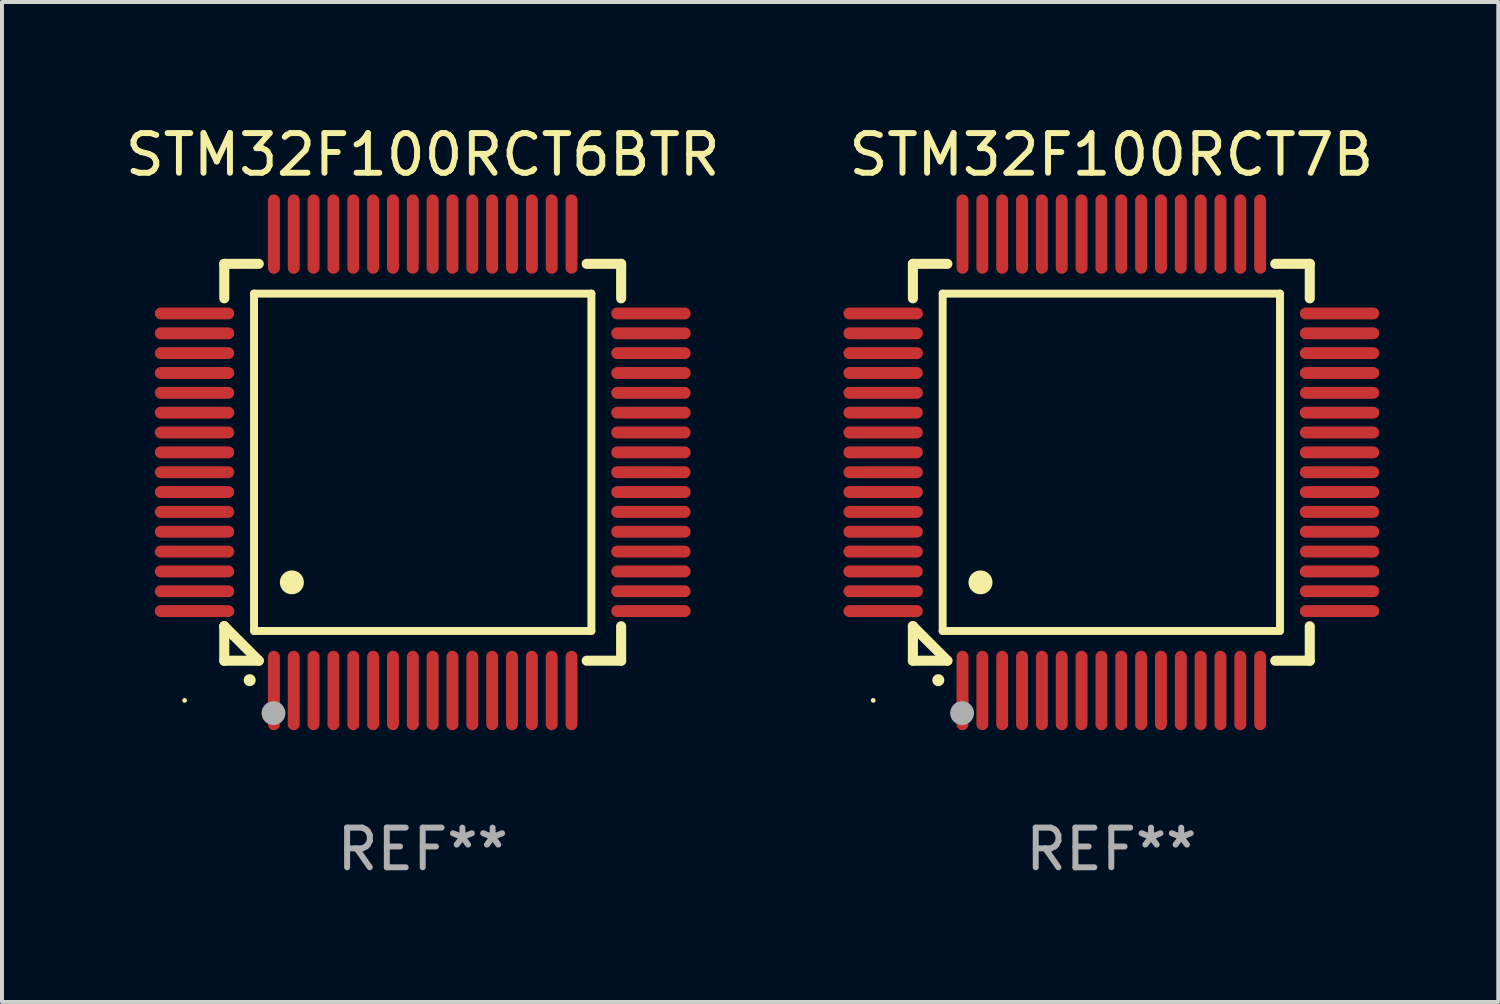
<source format=kicad_pcb>
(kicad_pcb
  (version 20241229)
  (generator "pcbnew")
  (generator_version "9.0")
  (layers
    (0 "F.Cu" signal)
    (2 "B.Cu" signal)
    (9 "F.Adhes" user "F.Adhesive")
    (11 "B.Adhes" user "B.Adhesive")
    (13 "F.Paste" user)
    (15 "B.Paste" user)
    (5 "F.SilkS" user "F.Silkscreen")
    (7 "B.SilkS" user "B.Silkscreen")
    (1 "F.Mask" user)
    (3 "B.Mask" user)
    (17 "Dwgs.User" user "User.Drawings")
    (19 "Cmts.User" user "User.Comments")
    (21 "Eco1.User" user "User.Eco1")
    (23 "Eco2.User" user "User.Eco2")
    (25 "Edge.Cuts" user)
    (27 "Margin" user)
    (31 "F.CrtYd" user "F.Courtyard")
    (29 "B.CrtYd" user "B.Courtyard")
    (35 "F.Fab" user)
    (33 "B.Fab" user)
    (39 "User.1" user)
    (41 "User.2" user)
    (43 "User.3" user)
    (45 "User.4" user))
  (footprint "STM32F100RCT7B"
    (layer "F.Cu")
    (at 24.952 8.598)
    (property "Reference" "STM32F100RCT7B" (at 0 -7.75 0) (layer "F.SilkS") (effects (font (size 1 1) (thickness 0.15))))
    (attr through_hole)
    (fp_line (start -5 -5) (end -4.131 -5) (stroke (width 0.254) (type solid)) (layer "F.SilkS"))
    (fp_line (start -5 -4.131) (end -5 -5) (stroke (width 0.254) (type solid)) (layer "F.SilkS"))
    (fp_line (start -5 4.131) (end -5 4.131) (stroke (width 0.254) (type solid)) (layer "F.SilkS"))
    (fp_line (start -5 5) (end -5 4.131) (stroke (width 0.254) (type solid)) (layer "F.SilkS"))
    (fp_line (start -5 4.131) (end -4.131 5) (stroke (width 0.254) (type solid)) (layer "F.SilkS"))
    (fp_line (start -4.25 -4.25) (end -4.25 4.25) (stroke (width 0.2) (type solid)) (layer "F.SilkS"))
    (fp_line (start -4.25 4.25) (end 4.25 4.25) (stroke (width 0.2) (type solid)) (layer "F.SilkS"))
    (fp_line (start -4.131 5) (end -5 5) (stroke (width 0.254) (type solid)) (layer "F.SilkS"))
    (fp_line (start 4.25 -4.25) (end -4.25 -4.25) (stroke (width 0.2) (type solid)) (layer "F.SilkS"))
    (fp_line (start 4.25 4.25) (end 4.25 -4.25) (stroke (width 0.2) (type solid)) (layer "F.SilkS"))
    (fp_line (start 5 -5) (end 4.131 -5) (stroke (width 0.254) (type solid)) (layer "F.SilkS"))
    (fp_line (start 5 -5) (end 5 -4.131) (stroke (width 0.254) (type solid)) (layer "F.SilkS"))
    (fp_line (start 5 4.131) (end 5 5) (stroke (width 0.254) (type solid)) (layer "F.SilkS"))
    (fp_line (start 5 5) (end 4.131 5) (stroke (width 0.254) (type solid)) (layer "F.SilkS"))
    (fp_arc (start -4.361265 5.489992) (mid -4.359995 5.489987) (end -4.358725 5.489992) (stroke (width 0.3) (type solid)) (layer "F.SilkS"))
    (fp_arc (start -3.299467 3.025146) (mid -3.296927 3.025135) (end -3.294387 3.025146) (stroke (width 0.6) (type solid)) (layer "F.SilkS"))
    (fp_circle (center -6 6) (end -5.97 6) (stroke (width 0.06) (type solid)) (fill no) (layer "F.SilkS"))
    (fp_circle (center -3.76 6.32) (end -3.61 6.32) (stroke (width 0.3) (type solid)) (fill no) (layer "F.Fab"))
    (fp_text user "REF**" (at 0 9.75 0) (layer "F.Fab") (effects (font (size 1 1) (thickness 0.15))))
    (pad "1" smd oval (at -3.75 5.75) (size 0.3 2) (layers "F.Cu" "F.Mask" "F.Paste"))
    (pad "2" smd oval (at -3.25 5.75) (size 0.3 2) (layers "F.Cu" "F.Mask" "F.Paste"))
    (pad "3" smd oval (at -2.75 5.75) (size 0.3 2) (layers "F.Cu" "F.Mask" "F.Paste"))
    (pad "4" smd oval (at -2.25 5.75) (size 0.3 2) (layers "F.Cu" "F.Mask" "F.Paste"))
    (pad "5" smd oval (at -1.75 5.75) (size 0.3 2) (layers "F.Cu" "F.Mask" "F.Paste"))
    (pad "6" smd oval (at -1.25 5.75) (size 0.3 2) (layers "F.Cu" "F.Mask" "F.Paste"))
    (pad "7" smd oval (at -0.75 5.75) (size 0.3 2) (layers "F.Cu" "F.Mask" "F.Paste"))
    (pad "8" smd oval (at -0.25 5.75) (size 0.3 2) (layers "F.Cu" "F.Mask" "F.Paste"))
    (pad "9" smd oval (at 0.25 5.75) (size 0.3 2) (layers "F.Cu" "F.Mask" "F.Paste"))
    (pad "10" smd oval (at 0.75 5.75) (size 0.3 2) (layers "F.Cu" "F.Mask" "F.Paste"))
    (pad "11" smd oval (at 1.25 5.75) (size 0.3 2) (layers "F.Cu" "F.Mask" "F.Paste"))
    (pad "12" smd oval (at 1.75 5.75) (size 0.3 2) (layers "F.Cu" "F.Mask" "F.Paste"))
    (pad "13" smd oval (at 2.25 5.75) (size 0.3 2) (layers "F.Cu" "F.Mask" "F.Paste"))
    (pad "14" smd oval (at 2.75 5.75) (size 0.3 2) (layers "F.Cu" "F.Mask" "F.Paste"))
    (pad "15" smd oval (at 3.25 5.75) (size 0.3 2) (layers "F.Cu" "F.Mask" "F.Paste"))
    (pad "16" smd oval (at 3.75 5.75) (size 0.3 2) (layers "F.Cu" "F.Mask" "F.Paste"))
    (pad "17" smd oval (at 5.75 3.75) (size 2 0.3) (layers "F.Cu" "F.Mask" "F.Paste"))
    (pad "18" smd oval (at 5.75 3.25) (size 2 0.3) (layers "F.Cu" "F.Mask" "F.Paste"))
    (pad "19" smd oval (at 5.75 2.75) (size 2 0.3) (layers "F.Cu" "F.Mask" "F.Paste"))
    (pad "20" smd oval (at 5.75 2.25) (size 2 0.3) (layers "F.Cu" "F.Mask" "F.Paste"))
    (pad "21" smd oval (at 5.75 1.75) (size 2 0.3) (layers "F.Cu" "F.Mask" "F.Paste"))
    (pad "22" smd oval (at 5.75 1.25) (size 2 0.3) (layers "F.Cu" "F.Mask" "F.Paste"))
    (pad "23" smd oval (at 5.75 0.75) (size 2 0.3) (layers "F.Cu" "F.Mask" "F.Paste"))
    (pad "24" smd oval (at 5.75 0.25) (size 2 0.3) (layers "F.Cu" "F.Mask" "F.Paste"))
    (pad "25" smd oval (at 5.75 -0.25) (size 2 0.3) (layers "F.Cu" "F.Mask" "F.Paste"))
    (pad "26" smd oval (at 5.75 -0.75) (size 2 0.3) (layers "F.Cu" "F.Mask" "F.Paste"))
    (pad "27" smd oval (at 5.75 -1.25) (size 2 0.3) (layers "F.Cu" "F.Mask" "F.Paste"))
    (pad "28" smd oval (at 5.75 -1.75) (size 2 0.3) (layers "F.Cu" "F.Mask" "F.Paste"))
    (pad "29" smd oval (at 5.75 -2.25) (size 2 0.3) (layers "F.Cu" "F.Mask" "F.Paste"))
    (pad "30" smd oval (at 5.75 -2.75) (size 2 0.3) (layers "F.Cu" "F.Mask" "F.Paste"))
    (pad "31" smd oval (at 5.75 -3.25) (size 2 0.3) (layers "F.Cu" "F.Mask" "F.Paste"))
    (pad "32" smd oval (at 5.75 -3.75) (size 2 0.3) (layers "F.Cu" "F.Mask" "F.Paste"))
    (pad "33" smd oval (at 3.75 -5.75) (size 0.3 2) (layers "F.Cu" "F.Mask" "F.Paste"))
    (pad "34" smd oval (at 3.25 -5.75) (size 0.3 2) (layers "F.Cu" "F.Mask" "F.Paste"))
    (pad "35" smd oval (at 2.75 -5.75) (size 0.3 2) (layers "F.Cu" "F.Mask" "F.Paste"))
    (pad "36" smd oval (at 2.25 -5.75) (size 0.3 2) (layers "F.Cu" "F.Mask" "F.Paste"))
    (pad "37" smd oval (at 1.75 -5.75) (size 0.3 2) (layers "F.Cu" "F.Mask" "F.Paste"))
    (pad "38" smd oval (at 1.25 -5.75) (size 0.3 2) (layers "F.Cu" "F.Mask" "F.Paste"))
    (pad "39" smd oval (at 0.75 -5.75) (size 0.3 2) (layers "F.Cu" "F.Mask" "F.Paste"))
    (pad "40" smd oval (at 0.25 -5.75) (size 0.3 2) (layers "F.Cu" "F.Mask" "F.Paste"))
    (pad "41" smd oval (at -0.25 -5.75) (size 0.3 2) (layers "F.Cu" "F.Mask" "F.Paste"))
    (pad "42" smd oval (at -0.75 -5.75) (size 0.3 2) (layers "F.Cu" "F.Mask" "F.Paste"))
    (pad "43" smd oval (at -1.25 -5.75) (size 0.3 2) (layers "F.Cu" "F.Mask" "F.Paste"))
    (pad "44" smd oval (at -1.75 -5.75) (size 0.3 2) (layers "F.Cu" "F.Mask" "F.Paste"))
    (pad "45" smd oval (at -2.25 -5.75) (size 0.3 2) (layers "F.Cu" "F.Mask" "F.Paste"))
    (pad "46" smd oval (at -2.75 -5.75) (size 0.3 2) (layers "F.Cu" "F.Mask" "F.Paste"))
    (pad "47" smd oval (at -3.25 -5.75) (size 0.3 2) (layers "F.Cu" "F.Mask" "F.Paste"))
    (pad "48" smd oval (at -3.75 -5.75) (size 0.3 2) (layers "F.Cu" "F.Mask" "F.Paste"))
    (pad "49" smd oval (at -5.75 -3.75) (size 2 0.3) (layers "F.Cu" "F.Mask" "F.Paste"))
    (pad "50" smd oval (at -5.75 -3.25) (size 2 0.3) (layers "F.Cu" "F.Mask" "F.Paste"))
    (pad "51" smd oval (at -5.75 -2.75) (size 2 0.3) (layers "F.Cu" "F.Mask" "F.Paste"))
    (pad "52" smd oval (at -5.75 -2.25) (size 2 0.3) (layers "F.Cu" "F.Mask" "F.Paste"))
    (pad "53" smd oval (at -5.75 -1.75) (size 2 0.3) (layers "F.Cu" "F.Mask" "F.Paste"))
    (pad "54" smd oval (at -5.75 -1.25) (size 2 0.3) (layers "F.Cu" "F.Mask" "F.Paste"))
    (pad "55" smd oval (at -5.75 -0.75) (size 2 0.3) (layers "F.Cu" "F.Mask" "F.Paste"))
    (pad "56" smd oval (at -5.75 -0.25) (size 2 0.3) (layers "F.Cu" "F.Mask" "F.Paste"))
    (pad "57" smd oval (at -5.75 0.25) (size 2 0.3) (layers "F.Cu" "F.Mask" "F.Paste"))
    (pad "58" smd oval (at -5.75 0.75) (size 2 0.3) (layers "F.Cu" "F.Mask" "F.Paste"))
    (pad "59" smd oval (at -5.75 1.25) (size 2 0.3) (layers "F.Cu" "F.Mask" "F.Paste"))
    (pad "60" smd oval (at -5.75 1.75) (size 2 0.3) (layers "F.Cu" "F.Mask" "F.Paste"))
    (pad "61" smd oval (at -5.75 2.25) (size 2 0.3) (layers "F.Cu" "F.Mask" "F.Paste"))
    (pad "62" smd oval (at -5.75 2.75) (size 2 0.3) (layers "F.Cu" "F.Mask" "F.Paste"))
    (pad "63" smd oval (at -5.75 3.25) (size 2 0.3) (layers "F.Cu" "F.Mask" "F.Paste"))
    (pad "64" smd oval (at -5.75 3.75) (size 2 0.3) (layers "F.Cu" "F.Mask" "F.Paste")))
  (footprint "STM32F100RCT6BTR"
    (layer "F.Cu")
    (at 7.601 8.598)
    (property "Reference" "STM32F100RCT6BTR" (at 0 -7.75 0) (layer "F.SilkS") (effects (font (size 1 1) (thickness 0.15))))
    (attr through_hole)
    (fp_line (start -5 -5) (end -4.131 -5) (stroke (width 0.254) (type solid)) (layer "F.SilkS"))
    (fp_line (start -5 -4.131) (end -5 -5) (stroke (width 0.254) (type solid)) (layer "F.SilkS"))
    (fp_line (start -5 4.131) (end -5 4.131) (stroke (width 0.254) (type solid)) (layer "F.SilkS"))
    (fp_line (start -5 5) (end -5 4.131) (stroke (width 0.254) (type solid)) (layer "F.SilkS"))
    (fp_line (start -5 4.131) (end -4.131 5) (stroke (width 0.254) (type solid)) (layer "F.SilkS"))
    (fp_line (start -4.25 -4.25) (end -4.25 4.25) (stroke (width 0.2) (type solid)) (layer "F.SilkS"))
    (fp_line (start -4.25 4.25) (end 4.25 4.25) (stroke (width 0.2) (type solid)) (layer "F.SilkS"))
    (fp_line (start -4.131 5) (end -5 5) (stroke (width 0.254) (type solid)) (layer "F.SilkS"))
    (fp_line (start 4.25 -4.25) (end -4.25 -4.25) (stroke (width 0.2) (type solid)) (layer "F.SilkS"))
    (fp_line (start 4.25 4.25) (end 4.25 -4.25) (stroke (width 0.2) (type solid)) (layer "F.SilkS"))
    (fp_line (start 5 -5) (end 4.131 -5) (stroke (width 0.254) (type solid)) (layer "F.SilkS"))
    (fp_line (start 5 -5) (end 5 -4.131) (stroke (width 0.254) (type solid)) (layer "F.SilkS"))
    (fp_line (start 5 4.131) (end 5 5) (stroke (width 0.254) (type solid)) (layer "F.SilkS"))
    (fp_line (start 5 5) (end 4.131 5) (stroke (width 0.254) (type solid)) (layer "F.SilkS"))
    (fp_arc (start -4.361265 5.489992) (mid -4.359995 5.489987) (end -4.358725 5.489992) (stroke (width 0.3) (type solid)) (layer "F.SilkS"))
    (fp_arc (start -3.299467 3.025146) (mid -3.296927 3.025135) (end -3.294387 3.025146) (stroke (width 0.6) (type solid)) (layer "F.SilkS"))
    (fp_circle (center -6 6) (end -5.97 6) (stroke (width 0.06) (type solid)) (fill no) (layer "F.SilkS"))
    (fp_circle (center -3.76 6.32) (end -3.61 6.32) (stroke (width 0.3) (type solid)) (fill no) (layer "F.Fab"))
    (fp_text user "REF**" (at 0 9.75 0) (layer "F.Fab") (effects (font (size 1 1) (thickness 0.15))))
    (pad "1" smd oval (at -3.75 5.75) (size 0.3 2) (layers "F.Cu" "F.Mask" "F.Paste"))
    (pad "2" smd oval (at -3.25 5.75) (size 0.3 2) (layers "F.Cu" "F.Mask" "F.Paste"))
    (pad "3" smd oval (at -2.75 5.75) (size 0.3 2) (layers "F.Cu" "F.Mask" "F.Paste"))
    (pad "4" smd oval (at -2.25 5.75) (size 0.3 2) (layers "F.Cu" "F.Mask" "F.Paste"))
    (pad "5" smd oval (at -1.75 5.75) (size 0.3 2) (layers "F.Cu" "F.Mask" "F.Paste"))
    (pad "6" smd oval (at -1.25 5.75) (size 0.3 2) (layers "F.Cu" "F.Mask" "F.Paste"))
    (pad "7" smd oval (at -0.75 5.75) (size 0.3 2) (layers "F.Cu" "F.Mask" "F.Paste"))
    (pad "8" smd oval (at -0.25 5.75) (size 0.3 2) (layers "F.Cu" "F.Mask" "F.Paste"))
    (pad "9" smd oval (at 0.25 5.75) (size 0.3 2) (layers "F.Cu" "F.Mask" "F.Paste"))
    (pad "10" smd oval (at 0.75 5.75) (size 0.3 2) (layers "F.Cu" "F.Mask" "F.Paste"))
    (pad "11" smd oval (at 1.25 5.75) (size 0.3 2) (layers "F.Cu" "F.Mask" "F.Paste"))
    (pad "12" smd oval (at 1.75 5.75) (size 0.3 2) (layers "F.Cu" "F.Mask" "F.Paste"))
    (pad "13" smd oval (at 2.25 5.75) (size 0.3 2) (layers "F.Cu" "F.Mask" "F.Paste"))
    (pad "14" smd oval (at 2.75 5.75) (size 0.3 2) (layers "F.Cu" "F.Mask" "F.Paste"))
    (pad "15" smd oval (at 3.25 5.75) (size 0.3 2) (layers "F.Cu" "F.Mask" "F.Paste"))
    (pad "16" smd oval (at 3.75 5.75) (size 0.3 2) (layers "F.Cu" "F.Mask" "F.Paste"))
    (pad "17" smd oval (at 5.75 3.75) (size 2 0.3) (layers "F.Cu" "F.Mask" "F.Paste"))
    (pad "18" smd oval (at 5.75 3.25) (size 2 0.3) (layers "F.Cu" "F.Mask" "F.Paste"))
    (pad "19" smd oval (at 5.75 2.75) (size 2 0.3) (layers "F.Cu" "F.Mask" "F.Paste"))
    (pad "20" smd oval (at 5.75 2.25) (size 2 0.3) (layers "F.Cu" "F.Mask" "F.Paste"))
    (pad "21" smd oval (at 5.75 1.75) (size 2 0.3) (layers "F.Cu" "F.Mask" "F.Paste"))
    (pad "22" smd oval (at 5.75 1.25) (size 2 0.3) (layers "F.Cu" "F.Mask" "F.Paste"))
    (pad "23" smd oval (at 5.75 0.75) (size 2 0.3) (layers "F.Cu" "F.Mask" "F.Paste"))
    (pad "24" smd oval (at 5.75 0.25) (size 2 0.3) (layers "F.Cu" "F.Mask" "F.Paste"))
    (pad "25" smd oval (at 5.75 -0.25) (size 2 0.3) (layers "F.Cu" "F.Mask" "F.Paste"))
    (pad "26" smd oval (at 5.75 -0.75) (size 2 0.3) (layers "F.Cu" "F.Mask" "F.Paste"))
    (pad "27" smd oval (at 5.75 -1.25) (size 2 0.3) (layers "F.Cu" "F.Mask" "F.Paste"))
    (pad "28" smd oval (at 5.75 -1.75) (size 2 0.3) (layers "F.Cu" "F.Mask" "F.Paste"))
    (pad "29" smd oval (at 5.75 -2.25) (size 2 0.3) (layers "F.Cu" "F.Mask" "F.Paste"))
    (pad "30" smd oval (at 5.75 -2.75) (size 2 0.3) (layers "F.Cu" "F.Mask" "F.Paste"))
    (pad "31" smd oval (at 5.75 -3.25) (size 2 0.3) (layers "F.Cu" "F.Mask" "F.Paste"))
    (pad "32" smd oval (at 5.75 -3.75) (size 2 0.3) (layers "F.Cu" "F.Mask" "F.Paste"))
    (pad "33" smd oval (at 3.75 -5.75) (size 0.3 2) (layers "F.Cu" "F.Mask" "F.Paste"))
    (pad "34" smd oval (at 3.25 -5.75) (size 0.3 2) (layers "F.Cu" "F.Mask" "F.Paste"))
    (pad "35" smd oval (at 2.75 -5.75) (size 0.3 2) (layers "F.Cu" "F.Mask" "F.Paste"))
    (pad "36" smd oval (at 2.25 -5.75) (size 0.3 2) (layers "F.Cu" "F.Mask" "F.Paste"))
    (pad "37" smd oval (at 1.75 -5.75) (size 0.3 2) (layers "F.Cu" "F.Mask" "F.Paste"))
    (pad "38" smd oval (at 1.25 -5.75) (size 0.3 2) (layers "F.Cu" "F.Mask" "F.Paste"))
    (pad "39" smd oval (at 0.75 -5.75) (size 0.3 2) (layers "F.Cu" "F.Mask" "F.Paste"))
    (pad "40" smd oval (at 0.25 -5.75) (size 0.3 2) (layers "F.Cu" "F.Mask" "F.Paste"))
    (pad "41" smd oval (at -0.25 -5.75) (size 0.3 2) (layers "F.Cu" "F.Mask" "F.Paste"))
    (pad "42" smd oval (at -0.75 -5.75) (size 0.3 2) (layers "F.Cu" "F.Mask" "F.Paste"))
    (pad "43" smd oval (at -1.25 -5.75) (size 0.3 2) (layers "F.Cu" "F.Mask" "F.Paste"))
    (pad "44" smd oval (at -1.75 -5.75) (size 0.3 2) (layers "F.Cu" "F.Mask" "F.Paste"))
    (pad "45" smd oval (at -2.25 -5.75) (size 0.3 2) (layers "F.Cu" "F.Mask" "F.Paste"))
    (pad "46" smd oval (at -2.75 -5.75) (size 0.3 2) (layers "F.Cu" "F.Mask" "F.Paste"))
    (pad "47" smd oval (at -3.25 -5.75) (size 0.3 2) (layers "F.Cu" "F.Mask" "F.Paste"))
    (pad "48" smd oval (at -3.75 -5.75) (size 0.3 2) (layers "F.Cu" "F.Mask" "F.Paste"))
    (pad "49" smd oval (at -5.75 -3.75) (size 2 0.3) (layers "F.Cu" "F.Mask" "F.Paste"))
    (pad "50" smd oval (at -5.75 -3.25) (size 2 0.3) (layers "F.Cu" "F.Mask" "F.Paste"))
    (pad "51" smd oval (at -5.75 -2.75) (size 2 0.3) (layers "F.Cu" "F.Mask" "F.Paste"))
    (pad "52" smd oval (at -5.75 -2.25) (size 2 0.3) (layers "F.Cu" "F.Mask" "F.Paste"))
    (pad "53" smd oval (at -5.75 -1.75) (size 2 0.3) (layers "F.Cu" "F.Mask" "F.Paste"))
    (pad "54" smd oval (at -5.75 -1.25) (size 2 0.3) (layers "F.Cu" "F.Mask" "F.Paste"))
    (pad "55" smd oval (at -5.75 -0.75) (size 2 0.3) (layers "F.Cu" "F.Mask" "F.Paste"))
    (pad "56" smd oval (at -5.75 -0.25) (size 2 0.3) (layers "F.Cu" "F.Mask" "F.Paste"))
    (pad "57" smd oval (at -5.75 0.25) (size 2 0.3) (layers "F.Cu" "F.Mask" "F.Paste"))
    (pad "58" smd oval (at -5.75 0.75) (size 2 0.3) (layers "F.Cu" "F.Mask" "F.Paste"))
    (pad "59" smd oval (at -5.75 1.25) (size 2 0.3) (layers "F.Cu" "F.Mask" "F.Paste"))
    (pad "60" smd oval (at -5.75 1.75) (size 2 0.3) (layers "F.Cu" "F.Mask" "F.Paste"))
    (pad "61" smd oval (at -5.75 2.25) (size 2 0.3) (layers "F.Cu" "F.Mask" "F.Paste"))
    (pad "62" smd oval (at -5.75 2.75) (size 2 0.3) (layers "F.Cu" "F.Mask" "F.Paste"))
    (pad "63" smd oval (at -5.75 3.25) (size 2 0.3) (layers "F.Cu" "F.Mask" "F.Paste"))
    (pad "64" smd oval (at -5.75 3.75) (size 2 0.3) (layers "F.Cu" "F.Mask" "F.Paste")))
  (gr_rect
    (start -3 -3)
    (end 34.702 22.196)
    (stroke (width 0.1) (type default))
    (fill no)
    (layer "Edge.Cuts")))
</source>
